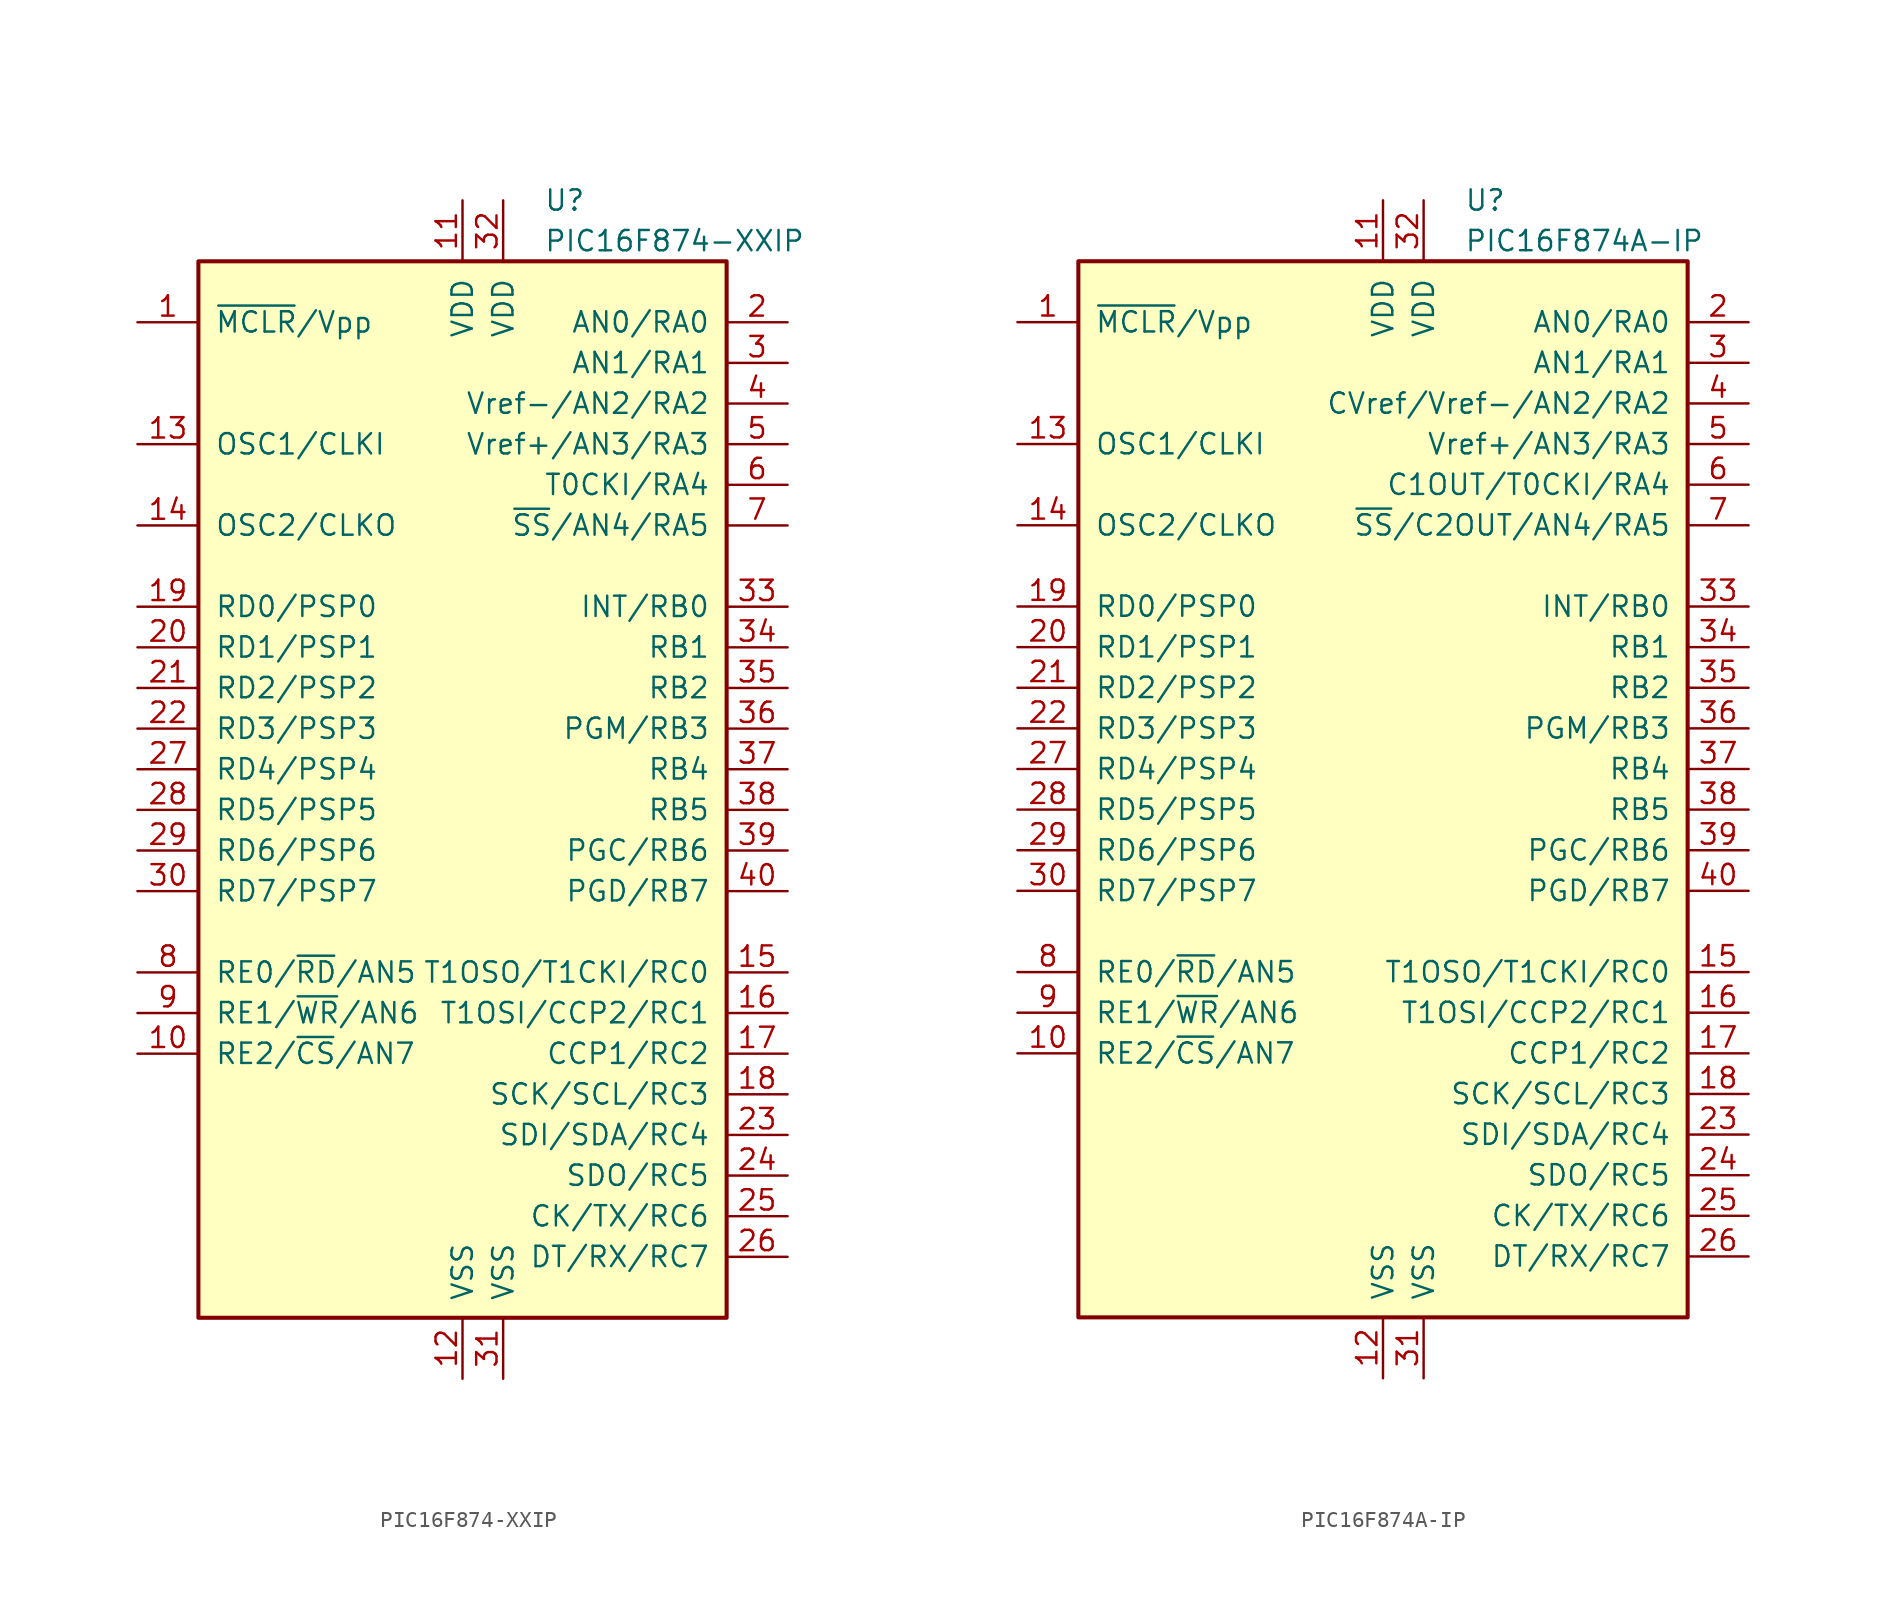
<source format=kicad_sym>
(kicad_symbol_lib
  (version 20211014)
  (generator kicad_symbol_editor)
  (symbol "PIC16F874-XXIP"
    (pin_names
      (offset 1.016))
    (property "Reference" "U"
      (at 5.08 35.56 0)
      (effects (font (size 1.27 1.27)) (justify left)))
    (property "Value" "PIC16F874-XXIP"
      (at 5.08 33.02 0)
      (effects (font (size 1.27 1.27)) (justify left)))
    (symbol "PIC16F874-XXIP_0_1"
      (rectangle (start -16.51 31.75) (end 16.51 -34.29) (stroke (width 0.254) (type default) (color 0 0 0 0)) (fill (type background))))
    (symbol "PIC16F874-XXIP_1_1"
      (pin input line (at -20.32 27.94 0) (length 3.81) (name "~{MCLR}/Vpp" (effects (font (size 1.27 1.27)))) (number "1" (effects (font (size 1.27 1.27)))))
      (pin bidirectional line (at -20.32 -17.78 0) (length 3.81) (name "RE2/~{CS}/AN7" (effects (font (size 1.27 1.27)))) (number "10" (effects (font (size 1.27 1.27)))))
      (pin power_in line (at 0 35.56 270) (length 3.81) (name "VDD" (effects (font (size 1.27 1.27)))) (number "11" (effects (font (size 1.27 1.27)))))
      (pin power_in line (at 0 -38.1 90) (length 3.81) (name "VSS" (effects (font (size 1.27 1.27)))) (number "12" (effects (font (size 1.27 1.27)))))
      (pin input line (at -20.32 20.32 0) (length 3.81) (name "OSC1/CLKI" (effects (font (size 1.27 1.27)))) (number "13" (effects (font (size 1.27 1.27)))))
      (pin output line (at -20.32 15.24 0) (length 3.81) (name "OSC2/CLKO" (effects (font (size 1.27 1.27)))) (number "14" (effects (font (size 1.27 1.27)))))
      (pin bidirectional line (at 20.32 -12.7 180) (length 3.81) (name "T1OSO/T1CKI/RC0" (effects (font (size 1.27 1.27)))) (number "15" (effects (font (size 1.27 1.27)))))
      (pin bidirectional line (at 20.32 -15.24 180) (length 3.81) (name "T1OSI/CCP2/RC1" (effects (font (size 1.27 1.27)))) (number "16" (effects (font (size 1.27 1.27)))))
      (pin bidirectional line (at 20.32 -17.78 180) (length 3.81) (name "CCP1/RC2" (effects (font (size 1.27 1.27)))) (number "17" (effects (font (size 1.27 1.27)))))
      (pin bidirectional line (at 20.32 -20.32 180) (length 3.81) (name "SCK/SCL/RC3" (effects (font (size 1.27 1.27)))) (number "18" (effects (font (size 1.27 1.27)))))
      (pin bidirectional line (at -20.32 10.16 0) (length 3.81) (name "RD0/PSP0" (effects (font (size 1.27 1.27)))) (number "19" (effects (font (size 1.27 1.27)))))
      (pin bidirectional line (at 20.32 27.94 180) (length 3.81) (name "AN0/RA0" (effects (font (size 1.27 1.27)))) (number "2" (effects (font (size 1.27 1.27)))))
      (pin bidirectional line (at -20.32 7.62 0) (length 3.81) (name "RD1/PSP1" (effects (font (size 1.27 1.27)))) (number "20" (effects (font (size 1.27 1.27)))))
      (pin bidirectional line (at -20.32 5.08 0) (length 3.81) (name "RD2/PSP2" (effects (font (size 1.27 1.27)))) (number "21" (effects (font (size 1.27 1.27)))))
      (pin bidirectional line (at -20.32 2.54 0) (length 3.81) (name "RD3/PSP3" (effects (font (size 1.27 1.27)))) (number "22" (effects (font (size 1.27 1.27)))))
      (pin bidirectional line (at 20.32 -22.86 180) (length 3.81) (name "SDI/SDA/RC4" (effects (font (size 1.27 1.27)))) (number "23" (effects (font (size 1.27 1.27)))))
      (pin bidirectional line (at 20.32 -25.4 180) (length 3.81) (name "SDO/RC5" (effects (font (size 1.27 1.27)))) (number "24" (effects (font (size 1.27 1.27)))))
      (pin bidirectional line (at 20.32 -27.94 180) (length 3.81) (name "CK/TX/RC6" (effects (font (size 1.27 1.27)))) (number "25" (effects (font (size 1.27 1.27)))))
      (pin bidirectional line (at 20.32 -30.48 180) (length 3.81) (name "DT/RX/RC7" (effects (font (size 1.27 1.27)))) (number "26" (effects (font (size 1.27 1.27)))))
      (pin bidirectional line (at -20.32 0 0) (length 3.81) (name "RD4/PSP4" (effects (font (size 1.27 1.27)))) (number "27" (effects (font (size 1.27 1.27)))))
      (pin bidirectional line (at -20.32 -2.54 0) (length 3.81) (name "RD5/PSP5" (effects (font (size 1.27 1.27)))) (number "28" (effects (font (size 1.27 1.27)))))
      (pin bidirectional line (at -20.32 -5.08 0) (length 3.81) (name "RD6/PSP6" (effects (font (size 1.27 1.27)))) (number "29" (effects (font (size 1.27 1.27)))))
      (pin bidirectional line (at 20.32 25.4 180) (length 3.81) (name "AN1/RA1" (effects (font (size 1.27 1.27)))) (number "3" (effects (font (size 1.27 1.27)))))
      (pin bidirectional line (at -20.32 -7.62 0) (length 3.81) (name "RD7/PSP7" (effects (font (size 1.27 1.27)))) (number "30" (effects (font (size 1.27 1.27)))))
      (pin power_in line (at 2.54 -38.1 90) (length 3.81) (name "VSS" (effects (font (size 1.27 1.27)))) (number "31" (effects (font (size 1.27 1.27)))))
      (pin power_in line (at 2.54 35.56 270) (length 3.81) (name "VDD" (effects (font (size 1.27 1.27)))) (number "32" (effects (font (size 1.27 1.27)))))
      (pin bidirectional line (at 20.32 10.16 180) (length 3.81) (name "INT/RB0" (effects (font (size 1.27 1.27)))) (number "33" (effects (font (size 1.27 1.27)))))
      (pin bidirectional line (at 20.32 7.62 180) (length 3.81) (name "RB1" (effects (font (size 1.27 1.27)))) (number "34" (effects (font (size 1.27 1.27)))))
      (pin bidirectional line (at 20.32 5.08 180) (length 3.81) (name "RB2" (effects (font (size 1.27 1.27)))) (number "35" (effects (font (size 1.27 1.27)))))
      (pin bidirectional line (at 20.32 2.54 180) (length 3.81) (name "PGM/RB3" (effects (font (size 1.27 1.27)))) (number "36" (effects (font (size 1.27 1.27)))))
      (pin bidirectional line (at 20.32 0 180) (length 3.81) (name "RB4" (effects (font (size 1.27 1.27)))) (number "37" (effects (font (size 1.27 1.27)))))
      (pin bidirectional line (at 20.32 -2.54 180) (length 3.81) (name "RB5" (effects (font (size 1.27 1.27)))) (number "38" (effects (font (size 1.27 1.27)))))
      (pin bidirectional line (at 20.32 -5.08 180) (length 3.81) (name "PGC/RB6" (effects (font (size 1.27 1.27)))) (number "39" (effects (font (size 1.27 1.27)))))
      (pin bidirectional line (at 20.32 22.86 180) (length 3.81) (name "Vref-/AN2/RA2" (effects (font (size 1.27 1.27)))) (number "4" (effects (font (size 1.27 1.27)))))
      (pin bidirectional line (at 20.32 -7.62 180) (length 3.81) (name "PGD/RB7" (effects (font (size 1.27 1.27)))) (number "40" (effects (font (size 1.27 1.27)))))
      (pin bidirectional line (at 20.32 20.32 180) (length 3.81) (name "Vref+/AN3/RA3" (effects (font (size 1.27 1.27)))) (number "5" (effects (font (size 1.27 1.27)))))
      (pin bidirectional line (at 20.32 17.78 180) (length 3.81) (name "T0CKI/RA4" (effects (font (size 1.27 1.27)))) (number "6" (effects (font (size 1.27 1.27)))))
      (pin bidirectional line (at 20.32 15.24 180) (length 3.81) (name "~{SS}/AN4/RA5" (effects (font (size 1.27 1.27)))) (number "7" (effects (font (size 1.27 1.27)))))
      (pin bidirectional line (at -20.32 -12.7 0) (length 3.81) (name "RE0/~{RD}/AN5" (effects (font (size 1.27 1.27)))) (number "8" (effects (font (size 1.27 1.27)))))
      (pin bidirectional line (at -20.32 -15.24 0) (length 3.81) (name "RE1/~{WR}/AN6" (effects (font (size 1.27 1.27)))) (number "9" (effects (font (size 1.27 1.27)))))))
  (symbol "PIC16F874A-IP"
    (pin_names
      (offset 1.016))
    (property "Reference" "U"
      (at 5.08 35.56 0)
      (effects (font (size 1.27 1.27)) (justify left)))
    (property "Value" "PIC16F874A-IP"
      (at 5.08 33.02 0)
      (effects (font (size 1.27 1.27)) (justify left)))
    (symbol "PIC16F874A-IP_0_1"
      (rectangle (start -19.05 31.75) (end 19.05 -34.29) (stroke (width 0.254) (type default) (color 0 0 0 0)) (fill (type background))))
    (symbol "PIC16F874A-IP_1_1"
      (pin input line (at -22.86 27.94 0) (length 3.81) (name "~{MCLR}/Vpp" (effects (font (size 1.27 1.27)))) (number "1" (effects (font (size 1.27 1.27)))))
      (pin bidirectional line (at -22.86 -17.78 0) (length 3.81) (name "RE2/~{CS}/AN7" (effects (font (size 1.27 1.27)))) (number "10" (effects (font (size 1.27 1.27)))))
      (pin power_in line (at 0 35.56 270) (length 3.81) (name "VDD" (effects (font (size 1.27 1.27)))) (number "11" (effects (font (size 1.27 1.27)))))
      (pin power_in line (at 0 -38.1 90) (length 3.81) (name "VSS" (effects (font (size 1.27 1.27)))) (number "12" (effects (font (size 1.27 1.27)))))
      (pin input line (at -22.86 20.32 0) (length 3.81) (name "OSC1/CLKI" (effects (font (size 1.27 1.27)))) (number "13" (effects (font (size 1.27 1.27)))))
      (pin output line (at -22.86 15.24 0) (length 3.81) (name "OSC2/CLKO" (effects (font (size 1.27 1.27)))) (number "14" (effects (font (size 1.27 1.27)))))
      (pin bidirectional line (at 22.86 -12.7 180) (length 3.81) (name "T1OSO/T1CKI/RC0" (effects (font (size 1.27 1.27)))) (number "15" (effects (font (size 1.27 1.27)))))
      (pin bidirectional line (at 22.86 -15.24 180) (length 3.81) (name "T1OSI/CCP2/RC1" (effects (font (size 1.27 1.27)))) (number "16" (effects (font (size 1.27 1.27)))))
      (pin bidirectional line (at 22.86 -17.78 180) (length 3.81) (name "CCP1/RC2" (effects (font (size 1.27 1.27)))) (number "17" (effects (font (size 1.27 1.27)))))
      (pin bidirectional line (at 22.86 -20.32 180) (length 3.81) (name "SCK/SCL/RC3" (effects (font (size 1.27 1.27)))) (number "18" (effects (font (size 1.27 1.27)))))
      (pin bidirectional line (at -22.86 10.16 0) (length 3.81) (name "RD0/PSP0" (effects (font (size 1.27 1.27)))) (number "19" (effects (font (size 1.27 1.27)))))
      (pin bidirectional line (at 22.86 27.94 180) (length 3.81) (name "AN0/RA0" (effects (font (size 1.27 1.27)))) (number "2" (effects (font (size 1.27 1.27)))))
      (pin bidirectional line (at -22.86 7.62 0) (length 3.81) (name "RD1/PSP1" (effects (font (size 1.27 1.27)))) (number "20" (effects (font (size 1.27 1.27)))))
      (pin bidirectional line (at -22.86 5.08 0) (length 3.81) (name "RD2/PSP2" (effects (font (size 1.27 1.27)))) (number "21" (effects (font (size 1.27 1.27)))))
      (pin bidirectional line (at -22.86 2.54 0) (length 3.81) (name "RD3/PSP3" (effects (font (size 1.27 1.27)))) (number "22" (effects (font (size 1.27 1.27)))))
      (pin bidirectional line (at 22.86 -22.86 180) (length 3.81) (name "SDI/SDA/RC4" (effects (font (size 1.27 1.27)))) (number "23" (effects (font (size 1.27 1.27)))))
      (pin bidirectional line (at 22.86 -25.4 180) (length 3.81) (name "SDO/RC5" (effects (font (size 1.27 1.27)))) (number "24" (effects (font (size 1.27 1.27)))))
      (pin bidirectional line (at 22.86 -27.94 180) (length 3.81) (name "CK/TX/RC6" (effects (font (size 1.27 1.27)))) (number "25" (effects (font (size 1.27 1.27)))))
      (pin bidirectional line (at 22.86 -30.48 180) (length 3.81) (name "DT/RX/RC7" (effects (font (size 1.27 1.27)))) (number "26" (effects (font (size 1.27 1.27)))))
      (pin bidirectional line (at -22.86 0 0) (length 3.81) (name "RD4/PSP4" (effects (font (size 1.27 1.27)))) (number "27" (effects (font (size 1.27 1.27)))))
      (pin bidirectional line (at -22.86 -2.54 0) (length 3.81) (name "RD5/PSP5" (effects (font (size 1.27 1.27)))) (number "28" (effects (font (size 1.27 1.27)))))
      (pin bidirectional line (at -22.86 -5.08 0) (length 3.81) (name "RD6/PSP6" (effects (font (size 1.27 1.27)))) (number "29" (effects (font (size 1.27 1.27)))))
      (pin bidirectional line (at 22.86 25.4 180) (length 3.81) (name "AN1/RA1" (effects (font (size 1.27 1.27)))) (number "3" (effects (font (size 1.27 1.27)))))
      (pin bidirectional line (at -22.86 -7.62 0) (length 3.81) (name "RD7/PSP7" (effects (font (size 1.27 1.27)))) (number "30" (effects (font (size 1.27 1.27)))))
      (pin power_in line (at 2.54 -38.1 90) (length 3.81) (name "VSS" (effects (font (size 1.27 1.27)))) (number "31" (effects (font (size 1.27 1.27)))))
      (pin power_in line (at 2.54 35.56 270) (length 3.81) (name "VDD" (effects (font (size 1.27 1.27)))) (number "32" (effects (font (size 1.27 1.27)))))
      (pin bidirectional line (at 22.86 10.16 180) (length 3.81) (name "INT/RB0" (effects (font (size 1.27 1.27)))) (number "33" (effects (font (size 1.27 1.27)))))
      (pin bidirectional line (at 22.86 7.62 180) (length 3.81) (name "RB1" (effects (font (size 1.27 1.27)))) (number "34" (effects (font (size 1.27 1.27)))))
      (pin bidirectional line (at 22.86 5.08 180) (length 3.81) (name "RB2" (effects (font (size 1.27 1.27)))) (number "35" (effects (font (size 1.27 1.27)))))
      (pin bidirectional line (at 22.86 2.54 180) (length 3.81) (name "PGM/RB3" (effects (font (size 1.27 1.27)))) (number "36" (effects (font (size 1.27 1.27)))))
      (pin bidirectional line (at 22.86 0 180) (length 3.81) (name "RB4" (effects (font (size 1.27 1.27)))) (number "37" (effects (font (size 1.27 1.27)))))
      (pin bidirectional line (at 22.86 -2.54 180) (length 3.81) (name "RB5" (effects (font (size 1.27 1.27)))) (number "38" (effects (font (size 1.27 1.27)))))
      (pin bidirectional line (at 22.86 -5.08 180) (length 3.81) (name "PGC/RB6" (effects (font (size 1.27 1.27)))) (number "39" (effects (font (size 1.27 1.27)))))
      (pin bidirectional line (at 22.86 22.86 180) (length 3.81) (name "CVref/Vref-/AN2/RA2" (effects (font (size 1.27 1.27)))) (number "4" (effects (font (size 1.27 1.27)))))
      (pin bidirectional line (at 22.86 -7.62 180) (length 3.81) (name "PGD/RB7" (effects (font (size 1.27 1.27)))) (number "40" (effects (font (size 1.27 1.27)))))
      (pin bidirectional line (at 22.86 20.32 180) (length 3.81) (name "Vref+/AN3/RA3" (effects (font (size 1.27 1.27)))) (number "5" (effects (font (size 1.27 1.27)))))
      (pin bidirectional line (at 22.86 17.78 180) (length 3.81) (name "C1OUT/T0CKI/RA4" (effects (font (size 1.27 1.27)))) (number "6" (effects (font (size 1.27 1.27)))))
      (pin bidirectional line (at 22.86 15.24 180) (length 3.81) (name "~{SS}/C2OUT/AN4/RA5" (effects (font (size 1.27 1.27)))) (number "7" (effects (font (size 1.27 1.27)))))
      (pin bidirectional line (at -22.86 -12.7 0) (length 3.81) (name "RE0/~{RD}/AN5" (effects (font (size 1.27 1.27)))) (number "8" (effects (font (size 1.27 1.27)))))
      (pin bidirectional line (at -22.86 -15.24 0) (length 3.81) (name "RE1/~{WR}/AN6" (effects (font (size 1.27 1.27)))) (number "9" (effects (font (size 1.27 1.27))))))))
</source>
